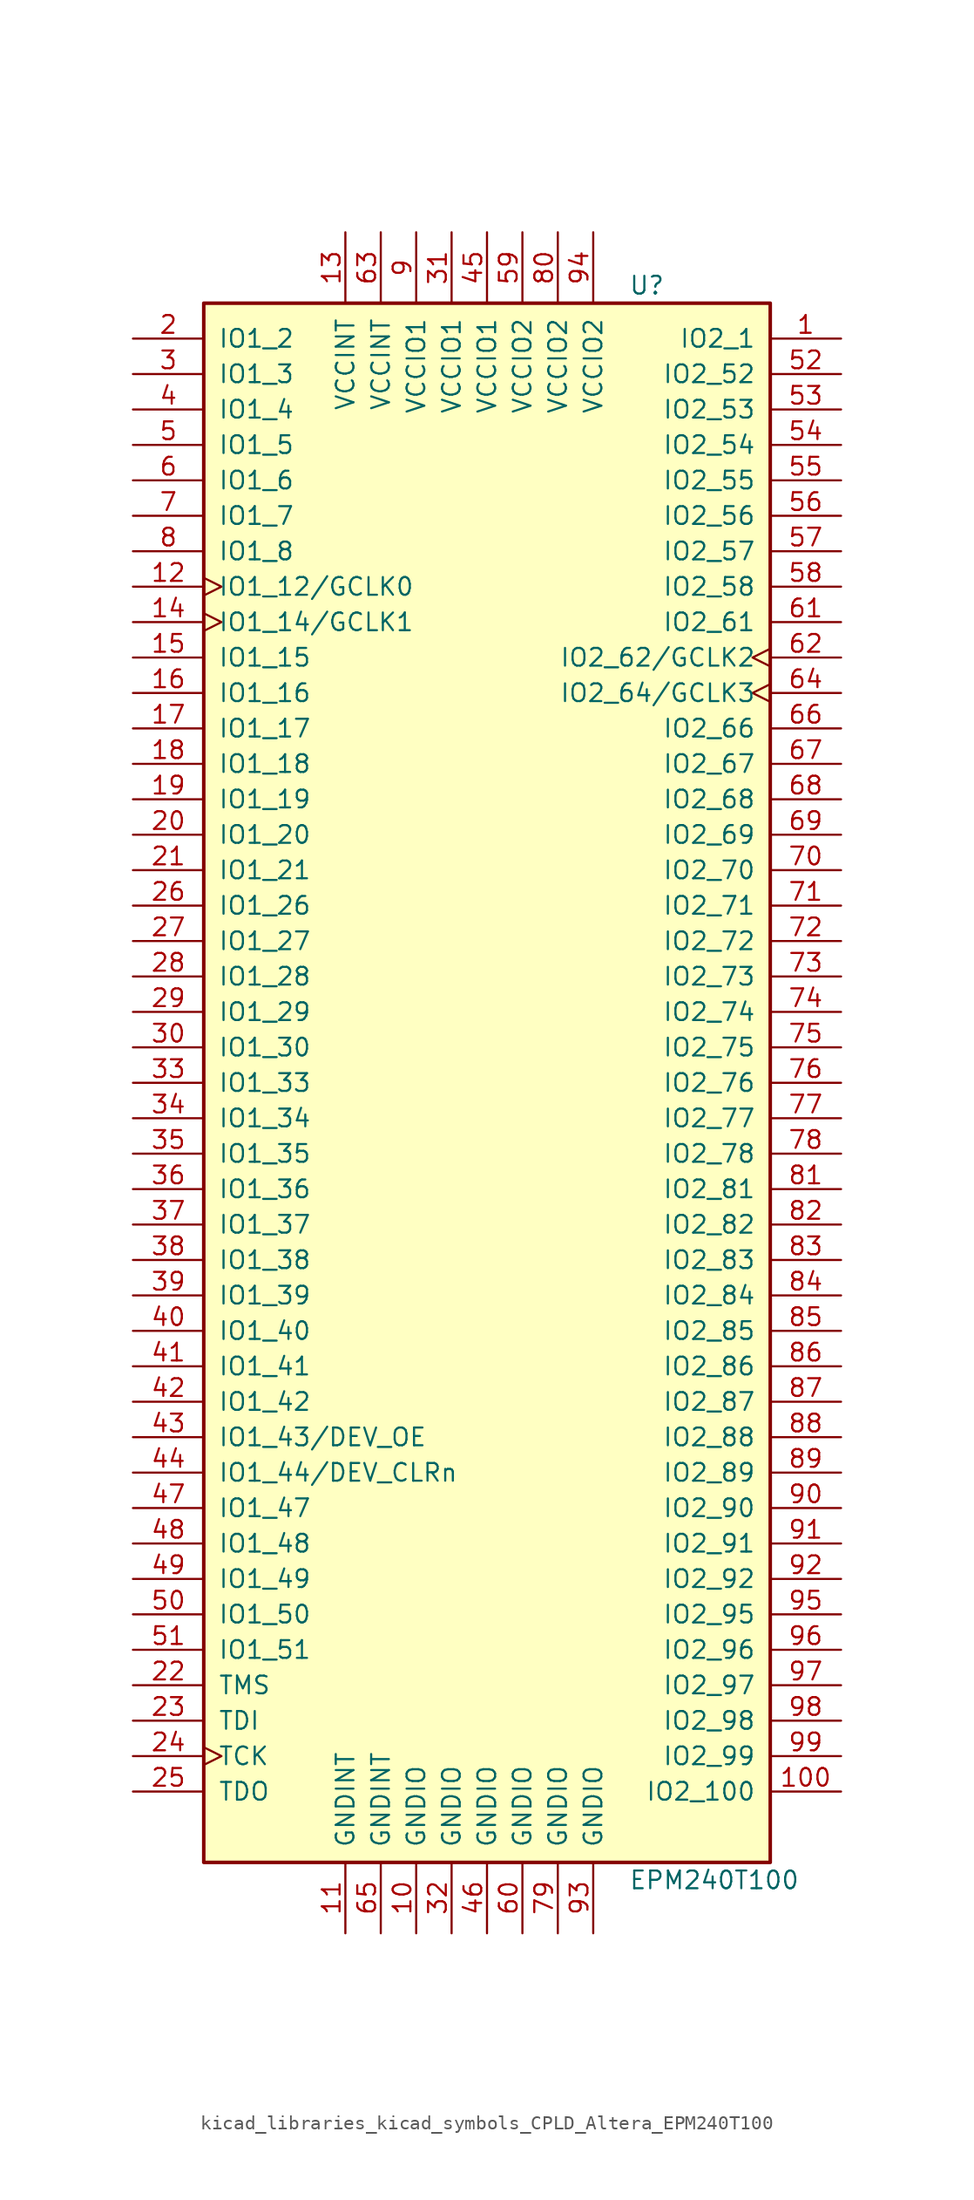
<source format=kicad_sym>
(kicad_symbol_lib
  (version 20220914)
  (generator kicad_symbol_editor)
  (symbol "kicad_libraries_kicad_symbols_CPLD_Altera_EPM240T100"
    (pin_names
      (offset 1.016))
    (property "Reference" "U"
      (at 10.16 57.15 0)
      (effects (font (size 1.27 1.27)) (justify left)))
    (property "Value" "EPM240T100"
      (at 10.16 -57.15 0)
      (effects (font (size 1.27 1.27)) (justify left)))
    (property "ki_locked" ""
      (at 0 0 0)
      (effects (font (size 1.27 1.27))))
    (symbol "kicad_libraries_kicad_symbols_CPLD_Altera_EPM240T100_1_1"
      (rectangle (start -20.32 55.88) (end 20.32 -55.88) (stroke (width 0.254) (type default)) (fill (type background)))
      (pin bidirectional line (at 25.4 53.34 180) (length 5.08) (name "IO2_1" (effects (font (size 1.27 1.27)))) (number "1" (effects (font (size 1.27 1.27)))))
      (pin power_in line (at -5.08 -60.96 90) (length 5.08) (name "GNDIO" (effects (font (size 1.27 1.27)))) (number "10" (effects (font (size 1.27 1.27)))))
      (pin bidirectional line (at 25.4 -50.8 180) (length 5.08) (name "IO2_100" (effects (font (size 1.27 1.27)))) (number "100" (effects (font (size 1.27 1.27)))))
      (pin power_in line (at -10.16 -60.96 90) (length 5.08) (name "GNDINT" (effects (font (size 1.27 1.27)))) (number "11" (effects (font (size 1.27 1.27)))))
      (pin bidirectional clock (at -25.4 35.56 0) (length 5.08) (name "IO1_12/GCLK0" (effects (font (size 1.27 1.27)))) (number "12" (effects (font (size 1.27 1.27)))))
      (pin power_in line (at -10.16 60.96 270) (length 5.08) (name "VCCINT" (effects (font (size 1.27 1.27)))) (number "13" (effects (font (size 1.27 1.27)))))
      (pin bidirectional clock (at -25.4 33.02 0) (length 5.08) (name "IO1_14/GCLK1" (effects (font (size 1.27 1.27)))) (number "14" (effects (font (size 1.27 1.27)))))
      (pin bidirectional line (at -25.4 30.48 0) (length 5.08) (name "IO1_15" (effects (font (size 1.27 1.27)))) (number "15" (effects (font (size 1.27 1.27)))))
      (pin bidirectional line (at -25.4 27.94 0) (length 5.08) (name "IO1_16" (effects (font (size 1.27 1.27)))) (number "16" (effects (font (size 1.27 1.27)))))
      (pin bidirectional line (at -25.4 25.4 0) (length 5.08) (name "IO1_17" (effects (font (size 1.27 1.27)))) (number "17" (effects (font (size 1.27 1.27)))))
      (pin bidirectional line (at -25.4 22.86 0) (length 5.08) (name "IO1_18" (effects (font (size 1.27 1.27)))) (number "18" (effects (font (size 1.27 1.27)))))
      (pin bidirectional line (at -25.4 20.32 0) (length 5.08) (name "IO1_19" (effects (font (size 1.27 1.27)))) (number "19" (effects (font (size 1.27 1.27)))))
      (pin bidirectional line (at -25.4 53.34 0) (length 5.08) (name "IO1_2" (effects (font (size 1.27 1.27)))) (number "2" (effects (font (size 1.27 1.27)))))
      (pin bidirectional line (at -25.4 17.78 0) (length 5.08) (name "IO1_20" (effects (font (size 1.27 1.27)))) (number "20" (effects (font (size 1.27 1.27)))))
      (pin bidirectional line (at -25.4 15.24 0) (length 5.08) (name "IO1_21" (effects (font (size 1.27 1.27)))) (number "21" (effects (font (size 1.27 1.27)))))
      (pin input line (at -25.4 -43.18 0) (length 5.08) (name "TMS" (effects (font (size 1.27 1.27)))) (number "22" (effects (font (size 1.27 1.27)))))
      (pin input line (at -25.4 -45.72 0) (length 5.08) (name "TDI" (effects (font (size 1.27 1.27)))) (number "23" (effects (font (size 1.27 1.27)))))
      (pin input clock (at -25.4 -48.26 0) (length 5.08) (name "TCK" (effects (font (size 1.27 1.27)))) (number "24" (effects (font (size 1.27 1.27)))))
      (pin output line (at -25.4 -50.8 0) (length 5.08) (name "TDO" (effects (font (size 1.27 1.27)))) (number "25" (effects (font (size 1.27 1.27)))))
      (pin bidirectional line (at -25.4 12.7 0) (length 5.08) (name "IO1_26" (effects (font (size 1.27 1.27)))) (number "26" (effects (font (size 1.27 1.27)))))
      (pin bidirectional line (at -25.4 10.16 0) (length 5.08) (name "IO1_27" (effects (font (size 1.27 1.27)))) (number "27" (effects (font (size 1.27 1.27)))))
      (pin bidirectional line (at -25.4 7.62 0) (length 5.08) (name "IO1_28" (effects (font (size 1.27 1.27)))) (number "28" (effects (font (size 1.27 1.27)))))
      (pin bidirectional line (at -25.4 5.08 0) (length 5.08) (name "IO1_29" (effects (font (size 1.27 1.27)))) (number "29" (effects (font (size 1.27 1.27)))))
      (pin bidirectional line (at -25.4 50.8 0) (length 5.08) (name "IO1_3" (effects (font (size 1.27 1.27)))) (number "3" (effects (font (size 1.27 1.27)))))
      (pin bidirectional line (at -25.4 2.54 0) (length 5.08) (name "IO1_30" (effects (font (size 1.27 1.27)))) (number "30" (effects (font (size 1.27 1.27)))))
      (pin power_in line (at -2.54 60.96 270) (length 5.08) (name "VCCIO1" (effects (font (size 1.27 1.27)))) (number "31" (effects (font (size 1.27 1.27)))))
      (pin power_in line (at -2.54 -60.96 90) (length 5.08) (name "GNDIO" (effects (font (size 1.27 1.27)))) (number "32" (effects (font (size 1.27 1.27)))))
      (pin bidirectional line (at -25.4 0 0) (length 5.08) (name "IO1_33" (effects (font (size 1.27 1.27)))) (number "33" (effects (font (size 1.27 1.27)))))
      (pin bidirectional line (at -25.4 -2.54 0) (length 5.08) (name "IO1_34" (effects (font (size 1.27 1.27)))) (number "34" (effects (font (size 1.27 1.27)))))
      (pin bidirectional line (at -25.4 -5.08 0) (length 5.08) (name "IO1_35" (effects (font (size 1.27 1.27)))) (number "35" (effects (font (size 1.27 1.27)))))
      (pin bidirectional line (at -25.4 -7.62 0) (length 5.08) (name "IO1_36" (effects (font (size 1.27 1.27)))) (number "36" (effects (font (size 1.27 1.27)))))
      (pin bidirectional line (at -25.4 -10.16 0) (length 5.08) (name "IO1_37" (effects (font (size 1.27 1.27)))) (number "37" (effects (font (size 1.27 1.27)))))
      (pin bidirectional line (at -25.4 -12.7 0) (length 5.08) (name "IO1_38" (effects (font (size 1.27 1.27)))) (number "38" (effects (font (size 1.27 1.27)))))
      (pin bidirectional line (at -25.4 -15.24 0) (length 5.08) (name "IO1_39" (effects (font (size 1.27 1.27)))) (number "39" (effects (font (size 1.27 1.27)))))
      (pin bidirectional line (at -25.4 48.26 0) (length 5.08) (name "IO1_4" (effects (font (size 1.27 1.27)))) (number "4" (effects (font (size 1.27 1.27)))))
      (pin bidirectional line (at -25.4 -17.78 0) (length 5.08) (name "IO1_40" (effects (font (size 1.27 1.27)))) (number "40" (effects (font (size 1.27 1.27)))))
      (pin bidirectional line (at -25.4 -20.32 0) (length 5.08) (name "IO1_41" (effects (font (size 1.27 1.27)))) (number "41" (effects (font (size 1.27 1.27)))))
      (pin bidirectional line (at -25.4 -22.86 0) (length 5.08) (name "IO1_42" (effects (font (size 1.27 1.27)))) (number "42" (effects (font (size 1.27 1.27)))))
      (pin bidirectional line (at -25.4 -25.4 0) (length 5.08) (name "IO1_43/DEV_OE" (effects (font (size 1.27 1.27)))) (number "43" (effects (font (size 1.27 1.27)))))
      (pin bidirectional line (at -25.4 -27.94 0) (length 5.08) (name "IO1_44/DEV_CLRn" (effects (font (size 1.27 1.27)))) (number "44" (effects (font (size 1.27 1.27)))))
      (pin power_in line (at 0 60.96 270) (length 5.08) (name "VCCIO1" (effects (font (size 1.27 1.27)))) (number "45" (effects (font (size 1.27 1.27)))))
      (pin power_in line (at 0 -60.96 90) (length 5.08) (name "GNDIO" (effects (font (size 1.27 1.27)))) (number "46" (effects (font (size 1.27 1.27)))))
      (pin bidirectional line (at -25.4 -30.48 0) (length 5.08) (name "IO1_47" (effects (font (size 1.27 1.27)))) (number "47" (effects (font (size 1.27 1.27)))))
      (pin bidirectional line (at -25.4 -33.02 0) (length 5.08) (name "IO1_48" (effects (font (size 1.27 1.27)))) (number "48" (effects (font (size 1.27 1.27)))))
      (pin bidirectional line (at -25.4 -35.56 0) (length 5.08) (name "IO1_49" (effects (font (size 1.27 1.27)))) (number "49" (effects (font (size 1.27 1.27)))))
      (pin bidirectional line (at -25.4 45.72 0) (length 5.08) (name "IO1_5" (effects (font (size 1.27 1.27)))) (number "5" (effects (font (size 1.27 1.27)))))
      (pin bidirectional line (at -25.4 -38.1 0) (length 5.08) (name "IO1_50" (effects (font (size 1.27 1.27)))) (number "50" (effects (font (size 1.27 1.27)))))
      (pin bidirectional line (at -25.4 -40.64 0) (length 5.08) (name "IO1_51" (effects (font (size 1.27 1.27)))) (number "51" (effects (font (size 1.27 1.27)))))
      (pin bidirectional line (at 25.4 50.8 180) (length 5.08) (name "IO2_52" (effects (font (size 1.27 1.27)))) (number "52" (effects (font (size 1.27 1.27)))))
      (pin bidirectional line (at 25.4 48.26 180) (length 5.08) (name "IO2_53" (effects (font (size 1.27 1.27)))) (number "53" (effects (font (size 1.27 1.27)))))
      (pin bidirectional line (at 25.4 45.72 180) (length 5.08) (name "IO2_54" (effects (font (size 1.27 1.27)))) (number "54" (effects (font (size 1.27 1.27)))))
      (pin bidirectional line (at 25.4 43.18 180) (length 5.08) (name "IO2_55" (effects (font (size 1.27 1.27)))) (number "55" (effects (font (size 1.27 1.27)))))
      (pin bidirectional line (at 25.4 40.64 180) (length 5.08) (name "IO2_56" (effects (font (size 1.27 1.27)))) (number "56" (effects (font (size 1.27 1.27)))))
      (pin bidirectional line (at 25.4 38.1 180) (length 5.08) (name "IO2_57" (effects (font (size 1.27 1.27)))) (number "57" (effects (font (size 1.27 1.27)))))
      (pin bidirectional line (at 25.4 35.56 180) (length 5.08) (name "IO2_58" (effects (font (size 1.27 1.27)))) (number "58" (effects (font (size 1.27 1.27)))))
      (pin power_in line (at 2.54 60.96 270) (length 5.08) (name "VCCIO2" (effects (font (size 1.27 1.27)))) (number "59" (effects (font (size 1.27 1.27)))))
      (pin bidirectional line (at -25.4 43.18 0) (length 5.08) (name "IO1_6" (effects (font (size 1.27 1.27)))) (number "6" (effects (font (size 1.27 1.27)))))
      (pin power_in line (at 2.54 -60.96 90) (length 5.08) (name "GNDIO" (effects (font (size 1.27 1.27)))) (number "60" (effects (font (size 1.27 1.27)))))
      (pin bidirectional line (at 25.4 33.02 180) (length 5.08) (name "IO2_61" (effects (font (size 1.27 1.27)))) (number "61" (effects (font (size 1.27 1.27)))))
      (pin bidirectional clock (at 25.4 30.48 180) (length 5.08) (name "IO2_62/GCLK2" (effects (font (size 1.27 1.27)))) (number "62" (effects (font (size 1.27 1.27)))))
      (pin power_in line (at -7.62 60.96 270) (length 5.08) (name "VCCINT" (effects (font (size 1.27 1.27)))) (number "63" (effects (font (size 1.27 1.27)))))
      (pin bidirectional clock (at 25.4 27.94 180) (length 5.08) (name "IO2_64/GCLK3" (effects (font (size 1.27 1.27)))) (number "64" (effects (font (size 1.27 1.27)))))
      (pin power_in line (at -7.62 -60.96 90) (length 5.08) (name "GNDINT" (effects (font (size 1.27 1.27)))) (number "65" (effects (font (size 1.27 1.27)))))
      (pin bidirectional line (at 25.4 25.4 180) (length 5.08) (name "IO2_66" (effects (font (size 1.27 1.27)))) (number "66" (effects (font (size 1.27 1.27)))))
      (pin bidirectional line (at 25.4 22.86 180) (length 5.08) (name "IO2_67" (effects (font (size 1.27 1.27)))) (number "67" (effects (font (size 1.27 1.27)))))
      (pin bidirectional line (at 25.4 20.32 180) (length 5.08) (name "IO2_68" (effects (font (size 1.27 1.27)))) (number "68" (effects (font (size 1.27 1.27)))))
      (pin bidirectional line (at 25.4 17.78 180) (length 5.08) (name "IO2_69" (effects (font (size 1.27 1.27)))) (number "69" (effects (font (size 1.27 1.27)))))
      (pin bidirectional line (at -25.4 40.64 0) (length 5.08) (name "IO1_7" (effects (font (size 1.27 1.27)))) (number "7" (effects (font (size 1.27 1.27)))))
      (pin bidirectional line (at 25.4 15.24 180) (length 5.08) (name "IO2_70" (effects (font (size 1.27 1.27)))) (number "70" (effects (font (size 1.27 1.27)))))
      (pin bidirectional line (at 25.4 12.7 180) (length 5.08) (name "IO2_71" (effects (font (size 1.27 1.27)))) (number "71" (effects (font (size 1.27 1.27)))))
      (pin bidirectional line (at 25.4 10.16 180) (length 5.08) (name "IO2_72" (effects (font (size 1.27 1.27)))) (number "72" (effects (font (size 1.27 1.27)))))
      (pin bidirectional line (at 25.4 7.62 180) (length 5.08) (name "IO2_73" (effects (font (size 1.27 1.27)))) (number "73" (effects (font (size 1.27 1.27)))))
      (pin bidirectional line (at 25.4 5.08 180) (length 5.08) (name "IO2_74" (effects (font (size 1.27 1.27)))) (number "74" (effects (font (size 1.27 1.27)))))
      (pin bidirectional line (at 25.4 2.54 180) (length 5.08) (name "IO2_75" (effects (font (size 1.27 1.27)))) (number "75" (effects (font (size 1.27 1.27)))))
      (pin bidirectional line (at 25.4 0 180) (length 5.08) (name "IO2_76" (effects (font (size 1.27 1.27)))) (number "76" (effects (font (size 1.27 1.27)))))
      (pin bidirectional line (at 25.4 -2.54 180) (length 5.08) (name "IO2_77" (effects (font (size 1.27 1.27)))) (number "77" (effects (font (size 1.27 1.27)))))
      (pin bidirectional line (at 25.4 -5.08 180) (length 5.08) (name "IO2_78" (effects (font (size 1.27 1.27)))) (number "78" (effects (font (size 1.27 1.27)))))
      (pin power_in line (at 5.08 -60.96 90) (length 5.08) (name "GNDIO" (effects (font (size 1.27 1.27)))) (number "79" (effects (font (size 1.27 1.27)))))
      (pin bidirectional line (at -25.4 38.1 0) (length 5.08) (name "IO1_8" (effects (font (size 1.27 1.27)))) (number "8" (effects (font (size 1.27 1.27)))))
      (pin power_in line (at 5.08 60.96 270) (length 5.08) (name "VCCIO2" (effects (font (size 1.27 1.27)))) (number "80" (effects (font (size 1.27 1.27)))))
      (pin bidirectional line (at 25.4 -7.62 180) (length 5.08) (name "IO2_81" (effects (font (size 1.27 1.27)))) (number "81" (effects (font (size 1.27 1.27)))))
      (pin bidirectional line (at 25.4 -10.16 180) (length 5.08) (name "IO2_82" (effects (font (size 1.27 1.27)))) (number "82" (effects (font (size 1.27 1.27)))))
      (pin bidirectional line (at 25.4 -12.7 180) (length 5.08) (name "IO2_83" (effects (font (size 1.27 1.27)))) (number "83" (effects (font (size 1.27 1.27)))))
      (pin bidirectional line (at 25.4 -15.24 180) (length 5.08) (name "IO2_84" (effects (font (size 1.27 1.27)))) (number "84" (effects (font (size 1.27 1.27)))))
      (pin bidirectional line (at 25.4 -17.78 180) (length 5.08) (name "IO2_85" (effects (font (size 1.27 1.27)))) (number "85" (effects (font (size 1.27 1.27)))))
      (pin bidirectional line (at 25.4 -20.32 180) (length 5.08) (name "IO2_86" (effects (font (size 1.27 1.27)))) (number "86" (effects (font (size 1.27 1.27)))))
      (pin bidirectional line (at 25.4 -22.86 180) (length 5.08) (name "IO2_87" (effects (font (size 1.27 1.27)))) (number "87" (effects (font (size 1.27 1.27)))))
      (pin bidirectional line (at 25.4 -25.4 180) (length 5.08) (name "IO2_88" (effects (font (size 1.27 1.27)))) (number "88" (effects (font (size 1.27 1.27)))))
      (pin bidirectional line (at 25.4 -27.94 180) (length 5.08) (name "IO2_89" (effects (font (size 1.27 1.27)))) (number "89" (effects (font (size 1.27 1.27)))))
      (pin power_in line (at -5.08 60.96 270) (length 5.08) (name "VCCIO1" (effects (font (size 1.27 1.27)))) (number "9" (effects (font (size 1.27 1.27)))))
      (pin bidirectional line (at 25.4 -30.48 180) (length 5.08) (name "IO2_90" (effects (font (size 1.27 1.27)))) (number "90" (effects (font (size 1.27 1.27)))))
      (pin bidirectional line (at 25.4 -33.02 180) (length 5.08) (name "IO2_91" (effects (font (size 1.27 1.27)))) (number "91" (effects (font (size 1.27 1.27)))))
      (pin bidirectional line (at 25.4 -35.56 180) (length 5.08) (name "IO2_92" (effects (font (size 1.27 1.27)))) (number "92" (effects (font (size 1.27 1.27)))))
      (pin power_in line (at 7.62 -60.96 90) (length 5.08) (name "GNDIO" (effects (font (size 1.27 1.27)))) (number "93" (effects (font (size 1.27 1.27)))))
      (pin power_in line (at 7.62 60.96 270) (length 5.08) (name "VCCIO2" (effects (font (size 1.27 1.27)))) (number "94" (effects (font (size 1.27 1.27)))))
      (pin bidirectional line (at 25.4 -38.1 180) (length 5.08) (name "IO2_95" (effects (font (size 1.27 1.27)))) (number "95" (effects (font (size 1.27 1.27)))))
      (pin bidirectional line (at 25.4 -40.64 180) (length 5.08) (name "IO2_96" (effects (font (size 1.27 1.27)))) (number "96" (effects (font (size 1.27 1.27)))))
      (pin bidirectional line (at 25.4 -43.18 180) (length 5.08) (name "IO2_97" (effects (font (size 1.27 1.27)))) (number "97" (effects (font (size 1.27 1.27)))))
      (pin bidirectional line (at 25.4 -45.72 180) (length 5.08) (name "IO2_98" (effects (font (size 1.27 1.27)))) (number "98" (effects (font (size 1.27 1.27)))))
      (pin bidirectional line (at 25.4 -48.26 180) (length 5.08) (name "IO2_99" (effects (font (size 1.27 1.27)))) (number "99" (effects (font (size 1.27 1.27))))))))
</source>
